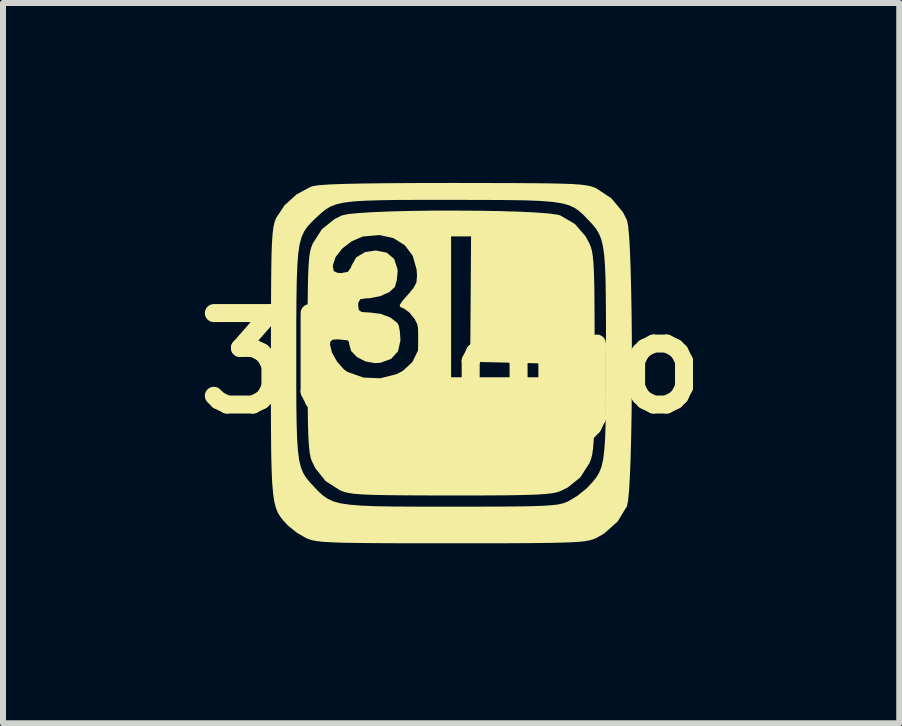
<source format=kicad_pcb>
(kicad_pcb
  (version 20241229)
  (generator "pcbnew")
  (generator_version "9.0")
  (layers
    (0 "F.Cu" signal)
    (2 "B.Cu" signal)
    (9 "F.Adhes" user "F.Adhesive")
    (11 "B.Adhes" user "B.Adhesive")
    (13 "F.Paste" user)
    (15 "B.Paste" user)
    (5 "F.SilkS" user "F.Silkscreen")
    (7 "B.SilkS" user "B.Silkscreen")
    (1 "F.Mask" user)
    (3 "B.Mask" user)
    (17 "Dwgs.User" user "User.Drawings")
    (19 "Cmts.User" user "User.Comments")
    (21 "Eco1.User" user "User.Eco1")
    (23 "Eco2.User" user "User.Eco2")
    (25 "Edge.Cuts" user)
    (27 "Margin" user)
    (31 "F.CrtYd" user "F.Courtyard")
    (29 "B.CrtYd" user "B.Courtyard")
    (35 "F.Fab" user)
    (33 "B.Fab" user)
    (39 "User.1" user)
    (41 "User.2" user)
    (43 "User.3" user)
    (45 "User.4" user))
  (footprint "3l_logo"
    (layer "F.Cu")
    (at 4.47 3.004)
    (property "Reference" "3l_logo" (at 0 0 0) (layer "F.SilkS") (effects (font (size 1.524 1.524) (thickness 0.3))))
    (attr board_only exclude_from_pos_files exclude_from_bom)
    (fp_poly (pts (xy 0.457 -2.541) (xy 0.811 -2.535) (xy 1.133 -2.525) (xy 1.411 -2.512) (xy 1.63 -2.495) (xy 1.776 -2.475) (xy 1.82 -2.463) (xy 2.064 -2.32) (xy 2.241 -2.116) (xy 2.306 -1.995) (xy 2.329 -1.938) (xy 2.348 -1.872) (xy 2.362 -1.786) (xy 2.373 -1.669) (xy 2.381 -1.513) (xy 2.387 -1.306) (xy 2.39 -1.038) (xy 2.392 -0.7) (xy 2.392 -0.28) (xy 2.392 -0.164) (xy 2.392 0.277) (xy 2.391 0.634) (xy 2.388 0.918) (xy 2.383 1.139) (xy 2.376 1.307) (xy 2.365 1.432) (xy 2.352 1.525) (xy 2.334 1.595) (xy 2.312 1.653) (xy 2.306 1.667) (xy 2.154 1.904) (xy 1.943 2.074) (xy 1.82 2.134) (xy 1.76 2.154) (xy 1.677 2.17) (xy 1.563 2.182) (xy 1.406 2.192) (xy 1.198 2.198) (xy 0.929 2.203) (xy 0.589 2.205) (xy 0.169 2.206) (xy -0.01 2.206) (xy -0.453 2.205) (xy -0.813 2.203) (xy -1.098 2.2) (xy -1.321 2.195) (xy -1.49 2.188) (xy -1.616 2.178) (xy -1.71 2.164) (xy -1.781 2.147) (xy -1.839 2.125) (xy -1.855 2.118) (xy -2.092 1.966) (xy -2.261 1.755) (xy -2.322 1.632) (xy -2.342 1.572) (xy -2.358 1.488) (xy -2.37 1.373) (xy -2.38 1.215) (xy -2.386 1.006) (xy -2.39 0.735) (xy -2.393 0.393) (xy -2.393 -0.031) (xy -2.393 -0.175) (xy -2.393 -0.31) (xy -2.019 -0.31) (xy -1.985 -0.174) (xy -1.9 -0.024) (xy -1.789 0.102) (xy -1.728 0.146) (xy -1.462 0.24) (xy -1.181 0.252) (xy -1.113 0.235) (xy 0 0.235) (xy 1.455 0.235) (xy 1.455 0.003) (xy 0.318 -0.023) (xy 0.326 -1.068) (xy 0.333 -2.113) (xy 0 -2.113) (xy 0 0.235) (xy -1.113 0.235) (xy -0.912 0.184) (xy -0.805 0.129) (xy -0.645 -0.019) (xy -0.549 -0.216) (xy -0.52 -0.436) (xy -0.566 -0.654) (xy -0.607 -0.735) (xy -0.694 -0.843) (xy -0.787 -0.911) (xy -0.797 -0.915) (xy -0.85 -0.938) (xy -0.856 -0.972) (xy -0.811 -1.038) (xy -0.724 -1.137) (xy -0.624 -1.256) (xy -0.577 -1.35) (xy -0.568 -1.46) (xy -0.575 -1.56) (xy -0.639 -1.789) (xy -0.772 -1.966) (xy -0.963 -2.085) (xy -1.198 -2.136) (xy -1.462 -2.112) (xy -1.48 -2.108) (xy -1.657 -2.032) (xy -1.814 -1.911) (xy -1.926 -1.768) (xy -1.972 -1.625) (xy -1.972 -1.618) (xy -1.956 -1.535) (xy -1.891 -1.505) (xy -1.832 -1.502) (xy -1.723 -1.521) (xy -1.67 -1.593) (xy -1.662 -1.621) (xy -1.582 -1.764) (xy -1.432 -1.852) (xy -1.257 -1.878) (xy -1.072 -1.842) (xy -0.949 -1.737) (xy -0.894 -1.57) (xy -0.892 -1.523) (xy -0.905 -1.384) (xy -0.936 -1.274) (xy -0.938 -1.27) (xy -1.027 -1.186) (xy -1.176 -1.119) (xy -1.352 -1.083) (xy -1.416 -1.08) (xy -1.513 -1.066) (xy -1.547 -1.006) (xy -1.549 -0.962) (xy -1.539 -0.887) (xy -1.492 -0.853) (xy -1.38 -0.845) (xy -1.359 -0.845) (xy -1.173 -0.822) (xy -1.01 -0.76) (xy -0.899 -0.673) (xy -0.874 -0.632) (xy -0.855 -0.536) (xy -0.845 -0.399) (xy -0.845 -0.375) (xy -0.885 -0.198) (xy -0.999 -0.072) (xy -1.175 -0.007) (xy -1.268 0) (xy -1.429 -0.029) (xy -1.57 -0.102) (xy -1.666 -0.203) (xy -1.69 -0.285) (xy -1.706 -0.362) (xy -1.725 -0.38) (xy -1.886 -0.397) (xy -1.975 -0.391) (xy -2.013 -0.357) (xy -2.019 -0.31) (xy -2.393 -0.31) (xy -2.393 -0.614) (xy -2.391 -0.97) (xy -2.388 -1.253) (xy -2.383 -1.473) (xy -2.375 -1.64) (xy -2.365 -1.764) (xy -2.351 -1.856) (xy -2.333 -1.926) (xy -2.311 -1.984) (xy -2.306 -1.995) (xy -2.154 -2.233) (xy -1.943 -2.402) (xy -1.82 -2.463) (xy -1.718 -2.485) (xy -1.537 -2.503) (xy -1.289 -2.518) (xy -0.988 -2.53) (xy -0.65 -2.538) (xy -0.287 -2.543) (xy 0.087 -2.543)) (stroke (width 0) (type solid)) (fill yes) (layer "F.SilkS"))
    (fp_poly (pts (xy 0.564 -3.003) (xy 0.991 -3.002) (xy 1.342 -3) (xy 1.624 -2.997) (xy 1.847 -2.992) (xy 2.019 -2.986) (xy 2.15 -2.977) (xy 2.247 -2.965) (xy 2.319 -2.951) (xy 2.375 -2.934) (xy 2.418 -2.916) (xy 2.67 -2.75) (xy 2.863 -2.519) (xy 2.932 -2.384) (xy 2.951 -2.29) (xy 2.968 -2.114) (xy 2.982 -1.867) (xy 2.993 -1.562) (xy 3.002 -1.21) (xy 3.009 -0.823) (xy 3.013 -0.413) (xy 3.014 0.009) (xy 3.012 0.43) (xy 3.009 0.84) (xy 3.002 1.226) (xy 2.993 1.576) (xy 2.981 1.879) (xy 2.967 2.123) (xy 2.95 2.296) (xy 2.932 2.384) (xy 2.776 2.64) (xy 2.551 2.841) (xy 2.418 2.916) (xy 2.369 2.936) (xy 2.312 2.953) (xy 2.238 2.967) (xy 2.138 2.978) (xy 2.004 2.986) (xy 1.828 2.992) (xy 1.601 2.997) (xy 1.314 3) (xy 0.959 3.002) (xy 0.527 3.003) (xy 0.011 3.003) (xy 0 3.003) (xy -0.519 3.003) (xy -0.952 3.002) (xy -1.308 3) (xy -1.596 2.997) (xy -1.824 2.993) (xy -2.001 2.986) (xy -2.136 2.978) (xy -2.236 2.967) (xy -2.311 2.953) (xy -2.368 2.936) (xy -2.417 2.916) (xy -2.418 2.916) (xy -2.572 2.826) (xy -2.711 2.715) (xy -2.732 2.694) (xy -2.793 2.628) (xy -2.844 2.565) (xy -2.886 2.497) (xy -2.92 2.415) (xy -2.947 2.311) (xy -2.967 2.176) (xy -2.982 2.002) (xy -2.992 1.78) (xy -2.999 1.502) (xy -3.002 1.16) (xy -3.004 0.744) (xy -3.004 0.247) (xy -3.004 -0.01) (xy -3.004 -0.175) (xy -2.581 -0.175) (xy -2.581 0.301) (xy -2.58 0.692) (xy -2.575 1.01) (xy -2.567 1.263) (xy -2.553 1.461) (xy -2.533 1.615) (xy -2.504 1.735) (xy -2.466 1.829) (xy -2.418 1.909) (xy -2.357 1.983) (xy -2.286 2.06) (xy -2.208 2.141) (xy -2.134 2.208) (xy -2.056 2.262) (xy -1.963 2.304) (xy -1.846 2.336) (xy -1.695 2.359) (xy -1.5 2.375) (xy -1.252 2.385) (xy -0.942 2.39) (xy -0.558 2.392) (xy -0.092 2.392) (xy 0 2.392) (xy 0.457 2.392) (xy 0.831 2.391) (xy 1.129 2.388) (xy 1.364 2.384) (xy 1.544 2.377) (xy 1.679 2.368) (xy 1.779 2.356) (xy 1.854 2.34) (xy 1.913 2.32) (xy 1.948 2.305) (xy 2.105 2.212) (xy 2.256 2.09) (xy 2.286 2.06) (xy 2.36 1.981) (xy 2.42 1.906) (xy 2.468 1.826) (xy 2.506 1.73) (xy 2.534 1.609) (xy 2.554 1.453) (xy 2.568 1.252) (xy 2.576 0.996) (xy 2.58 0.675) (xy 2.582 0.279) (xy 2.582 -0.164) (xy 2.582 -0.638) (xy 2.58 -1.029) (xy 2.576 -1.345) (xy 2.567 -1.597) (xy 2.553 -1.794) (xy 2.532 -1.948) (xy 2.503 -2.066) (xy 2.465 -2.16) (xy 2.416 -2.24) (xy 2.355 -2.315) (xy 2.286 -2.388) (xy 2.208 -2.47) (xy 2.134 -2.537) (xy 2.055 -2.591) (xy 1.962 -2.633) (xy 1.844 -2.665) (xy 1.692 -2.688) (xy 1.497 -2.704) (xy 1.248 -2.714) (xy 0.936 -2.719) (xy 0.55 -2.721) (xy 0.082 -2.722) (xy 0.01 -2.722) (xy -0.468 -2.722) (xy -0.863 -2.721) (xy -1.183 -2.716) (xy -1.439 -2.708) (xy -1.639 -2.695) (xy -1.795 -2.675) (xy -1.916 -2.647) (xy -2.012 -2.61) (xy -2.091 -2.562) (xy -2.165 -2.503) (xy -2.243 -2.431) (xy -2.248 -2.427) (xy -2.329 -2.348) (xy -2.397 -2.273) (xy -2.451 -2.194) (xy -2.493 -2.1) (xy -2.525 -1.981) (xy -2.548 -1.828) (xy -2.563 -1.631) (xy -2.573 -1.379) (xy -2.578 -1.064) (xy -2.581 -0.675) (xy -2.581 -0.203) (xy -2.581 -0.175) (xy -3.004 -0.175) (xy -3.003 -0.528) (xy -3.002 -0.96) (xy -3 -1.315) (xy -2.997 -1.602) (xy -2.993 -1.83) (xy -2.986 -2.006) (xy -2.977 -2.14) (xy -2.966 -2.24) (xy -2.952 -2.315) (xy -2.936 -2.373) (xy -2.916 -2.421) (xy -2.776 -2.632) (xy -2.575 -2.814) (xy -2.346 -2.937) (xy -2.304 -2.951) (xy -2.213 -2.966) (xy -2.045 -2.978) (xy -1.795 -2.988) (xy -1.463 -2.995) (xy -1.045 -3) (xy -0.538 -3.003) (xy 0.052 -3.004)) (stroke (width 0) (type solid)) (fill yes) (layer "F.SilkS")))
  (gr_rect
    (start -3 -3)
    (end 11.941 9.007)
    (stroke (width 0.1) (type default))
    (fill no)
    (layer "Edge.Cuts")))
</source>
